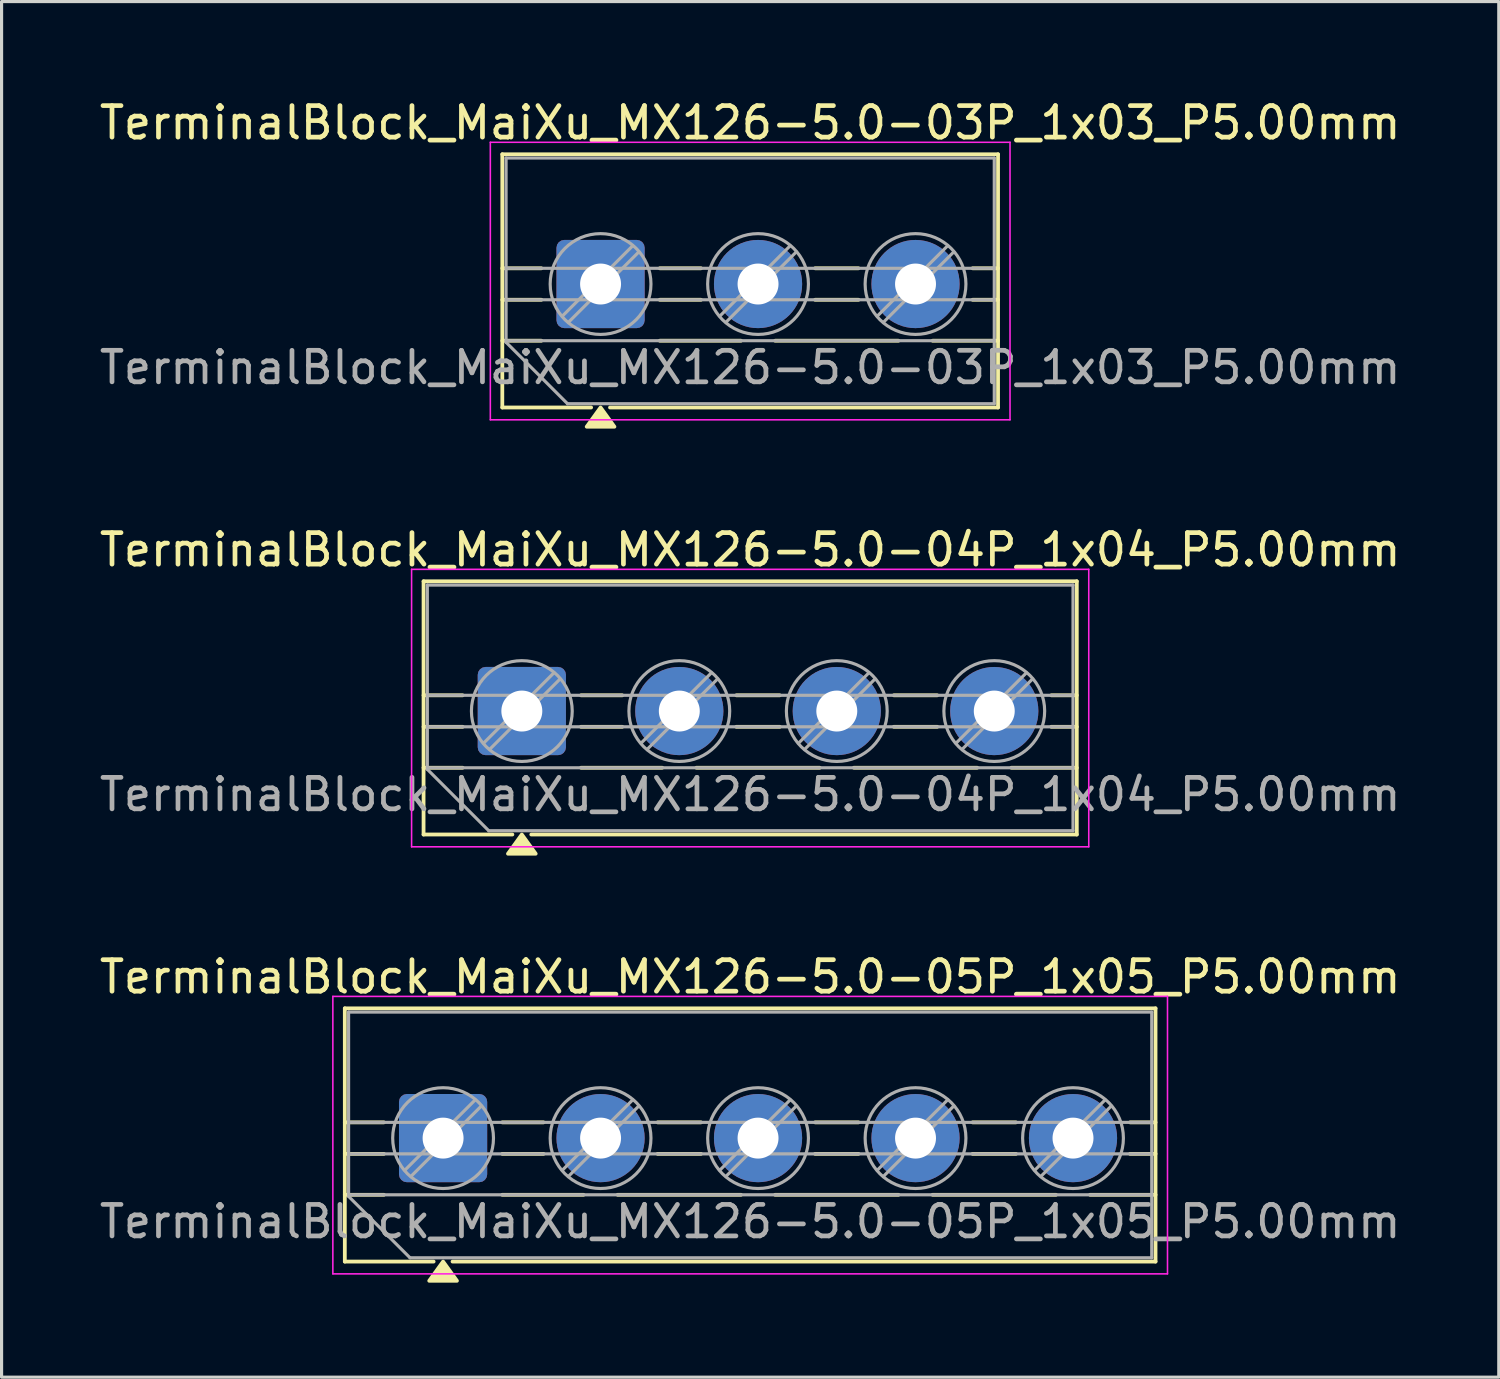
<source format=kicad_pcb>
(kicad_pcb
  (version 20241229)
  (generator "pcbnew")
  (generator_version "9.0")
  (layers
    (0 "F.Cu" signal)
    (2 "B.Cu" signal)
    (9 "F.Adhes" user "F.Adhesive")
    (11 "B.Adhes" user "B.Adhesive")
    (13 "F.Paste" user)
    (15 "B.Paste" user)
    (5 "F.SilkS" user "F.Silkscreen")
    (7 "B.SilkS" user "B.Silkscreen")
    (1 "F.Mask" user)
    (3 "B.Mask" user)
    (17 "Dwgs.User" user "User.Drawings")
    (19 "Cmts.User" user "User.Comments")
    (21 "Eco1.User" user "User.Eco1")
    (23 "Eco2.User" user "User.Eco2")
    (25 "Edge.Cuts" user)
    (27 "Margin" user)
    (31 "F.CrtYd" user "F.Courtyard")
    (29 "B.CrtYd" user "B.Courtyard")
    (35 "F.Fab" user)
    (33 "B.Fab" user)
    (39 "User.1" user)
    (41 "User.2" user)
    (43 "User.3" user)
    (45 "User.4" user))
  (footprint "TerminalBlock_MaiXu_MX126-5.0-05P_1x05_P5.00mm"
    (layer "F.Cu")
    (at 11.018 33.085)
    (property "Reference" "TerminalBlock_MaiXu_MX126-5.0-05P_1x05_P5.00mm" (at 9.75 -5.12 0) (layer "F.SilkS") (effects (font (size 1 1) (thickness 0.15))))
    (attr through_hole)
    (fp_line (start -3.12 -4.12) (end 22.62 -4.12) (stroke (width 0.12) (type solid)) (layer "F.SilkS"))
    (fp_line (start -3.12 -0.5) (end -1.88 -0.5) (stroke (width 0.12) (type solid)) (layer "F.SilkS"))
    (fp_line (start -3.12 0.5) (end -1.88 0.5) (stroke (width 0.12) (type solid)) (layer "F.SilkS"))
    (fp_line (start -3.12 1.8) (end -1.88 1.8) (stroke (width 0.12) (type solid)) (layer "F.SilkS"))
    (fp_line (start -3.12 3.92) (end -3.12 -4.12) (stroke (width 0.12) (type solid)) (layer "F.SilkS"))
    (fp_line (start -0.3 3.92) (end -3.12 3.92) (stroke (width 0.12) (type solid)) (layer "F.SilkS"))
    (fp_line (start 1.88 -0.5) (end 3.188 -0.5) (stroke (width 0.12) (type solid)) (layer "F.SilkS"))
    (fp_line (start 1.88 0.5) (end 3.188 0.5) (stroke (width 0.12) (type solid)) (layer "F.SilkS"))
    (fp_line (start 1.88 1.8) (end 4.457 1.8) (stroke (width 0.12) (type solid)) (layer "F.SilkS"))
    (fp_line (start 5.543 1.8) (end 9.457 1.8) (stroke (width 0.12) (type solid)) (layer "F.SilkS"))
    (fp_line (start 6.812 -0.5) (end 8.188 -0.5) (stroke (width 0.12) (type solid)) (layer "F.SilkS"))
    (fp_line (start 6.812 0.5) (end 8.188 0.5) (stroke (width 0.12) (type solid)) (layer "F.SilkS"))
    (fp_line (start 10.543 1.8) (end 14.457 1.8) (stroke (width 0.12) (type solid)) (layer "F.SilkS"))
    (fp_line (start 11.812 -0.5) (end 13.188 -0.5) (stroke (width 0.12) (type solid)) (layer "F.SilkS"))
    (fp_line (start 11.812 0.5) (end 13.188 0.5) (stroke (width 0.12) (type solid)) (layer "F.SilkS"))
    (fp_line (start 15.543 1.8) (end 19.457 1.8) (stroke (width 0.12) (type solid)) (layer "F.SilkS"))
    (fp_line (start 16.812 -0.5) (end 18.188 -0.5) (stroke (width 0.12) (type solid)) (layer "F.SilkS"))
    (fp_line (start 16.812 0.5) (end 18.188 0.5) (stroke (width 0.12) (type solid)) (layer "F.SilkS"))
    (fp_line (start 20.543 1.8) (end 22.62 1.8) (stroke (width 0.12) (type solid)) (layer "F.SilkS"))
    (fp_line (start 21.812 -0.5) (end 22.62 -0.5) (stroke (width 0.12) (type solid)) (layer "F.SilkS"))
    (fp_line (start 21.812 0.5) (end 22.62 0.5) (stroke (width 0.12) (type solid)) (layer "F.SilkS"))
    (fp_line (start 22.62 -4.12) (end 22.62 3.92) (stroke (width 0.12) (type solid)) (layer "F.SilkS"))
    (fp_line (start 22.62 3.92) (end 0.3 3.92) (stroke (width 0.12) (type solid)) (layer "F.SilkS"))
    (fp_poly (pts (xy 0 3.92) (xy 0.44 4.53) (xy -0.44 4.53)) (stroke (width 0.12) (type solid)) (fill yes) (layer "F.SilkS"))
    (fp_line (start -3.5 -4.5) (end -3.5 4.31) (stroke (width 0.05) (type solid)) (layer "F.CrtYd"))
    (fp_line (start -3.5 4.31) (end 23 4.31) (stroke (width 0.05) (type solid)) (layer "F.CrtYd"))
    (fp_line (start 23 -4.5) (end -3.5 -4.5) (stroke (width 0.05) (type solid)) (layer "F.CrtYd"))
    (fp_line (start 23 4.31) (end 23 -4.5) (stroke (width 0.05) (type solid)) (layer "F.CrtYd"))
    (fp_line (start -3 -4) (end 22.5 -4) (stroke (width 0.1) (type solid)) (layer "F.Fab"))
    (fp_line (start -3 -0.5) (end 22.5 -0.5) (stroke (width 0.1) (type solid)) (layer "F.Fab"))
    (fp_line (start -3 0.5) (end 22.5 0.5) (stroke (width 0.1) (type solid)) (layer "F.Fab"))
    (fp_line (start -3 1.8) (end 22.5 1.8) (stroke (width 0.1) (type solid)) (layer "F.Fab"))
    (fp_line (start -3 1.85) (end -3 -4) (stroke (width 0.1) (type solid)) (layer "F.Fab"))
    (fp_line (start -1.05 3.8) (end -3 1.85) (stroke (width 0.1) (type solid)) (layer "F.Fab"))
    (fp_line (start 1.018 -1.213) (end -1.213 1.018) (stroke (width 0.1) (type solid)) (layer "F.Fab"))
    (fp_line (start 1.213 -1.018) (end -1.018 1.213) (stroke (width 0.1) (type solid)) (layer "F.Fab"))
    (fp_line (start 6.018 -1.213) (end 3.787 1.018) (stroke (width 0.1) (type solid)) (layer "F.Fab"))
    (fp_line (start 6.213 -1.018) (end 3.982 1.213) (stroke (width 0.1) (type solid)) (layer "F.Fab"))
    (fp_line (start 11.018 -1.213) (end 8.787 1.018) (stroke (width 0.1) (type solid)) (layer "F.Fab"))
    (fp_line (start 11.213 -1.018) (end 8.982 1.213) (stroke (width 0.1) (type solid)) (layer "F.Fab"))
    (fp_line (start 16.018 -1.213) (end 13.787 1.018) (stroke (width 0.1) (type solid)) (layer "F.Fab"))
    (fp_line (start 16.213 -1.018) (end 13.982 1.213) (stroke (width 0.1) (type solid)) (layer "F.Fab"))
    (fp_line (start 21.018 -1.213) (end 18.787 1.018) (stroke (width 0.1) (type solid)) (layer "F.Fab"))
    (fp_line (start 21.213 -1.018) (end 18.982 1.213) (stroke (width 0.1) (type solid)) (layer "F.Fab"))
    (fp_line (start 22.5 -4) (end 22.5 3.8) (stroke (width 0.1) (type solid)) (layer "F.Fab"))
    (fp_line (start 22.5 3.8) (end -1.05 3.8) (stroke (width 0.1) (type solid)) (layer "F.Fab"))
    (fp_circle (center 0 0) (end 1.6 0) (stroke (width 0.1) (type solid)) (fill no) (layer "F.Fab"))
    (fp_circle (center 5 0) (end 6.6 0) (stroke (width 0.1) (type solid)) (fill no) (layer "F.Fab"))
    (fp_circle (center 10 0) (end 11.6 0) (stroke (width 0.1) (type solid)) (fill no) (layer "F.Fab"))
    (fp_circle (center 15 0) (end 16.6 0) (stroke (width 0.1) (type solid)) (fill no) (layer "F.Fab"))
    (fp_circle (center 20 0) (end 21.6 0) (stroke (width 0.1) (type solid)) (fill no) (layer "F.Fab"))
    (fp_text user "${REFERENCE}" (at 9.75 2.65 0) (layer "F.Fab") (effects (font (size 1 1) (thickness 0.15))))
    (pad "1" thru_hole roundrect (at 0 0) (size 2.8 2.8) (drill 1.3) (layers "*.Cu" "*.Mask") (roundrect_rratio 0.089))
    (pad "2" thru_hole circle (at 5 0) (size 2.8 2.8) (drill 1.3) (layers "*.Cu" "*.Mask"))
    (pad "3" thru_hole circle (at 10 0) (size 2.8 2.8) (drill 1.3) (layers "*.Cu" "*.Mask"))
    (pad "4" thru_hole circle (at 15 0) (size 2.8 2.8) (drill 1.3) (layers "*.Cu" "*.Mask"))
    (pad "5" thru_hole circle (at 20 0) (size 2.8 2.8) (drill 1.3) (layers "*.Cu" "*.Mask")))
  (footprint "TerminalBlock_MaiXu_MX126-5.0-04P_1x04_P5.00mm"
    (layer "F.Cu")
    (at 13.518 19.526)
    (property "Reference" "TerminalBlock_MaiXu_MX126-5.0-04P_1x04_P5.00mm" (at 7.25 -5.12 0) (layer "F.SilkS") (effects (font (size 1 1) (thickness 0.15))))
    (attr through_hole)
    (fp_line (start -3.12 -4.12) (end 17.62 -4.12) (stroke (width 0.12) (type solid)) (layer "F.SilkS"))
    (fp_line (start -3.12 -0.5) (end -1.88 -0.5) (stroke (width 0.12) (type solid)) (layer "F.SilkS"))
    (fp_line (start -3.12 0.5) (end -1.88 0.5) (stroke (width 0.12) (type solid)) (layer "F.SilkS"))
    (fp_line (start -3.12 1.8) (end -1.88 1.8) (stroke (width 0.12) (type solid)) (layer "F.SilkS"))
    (fp_line (start -3.12 3.92) (end -3.12 -4.12) (stroke (width 0.12) (type solid)) (layer "F.SilkS"))
    (fp_line (start -0.3 3.92) (end -3.12 3.92) (stroke (width 0.12) (type solid)) (layer "F.SilkS"))
    (fp_line (start 1.88 -0.5) (end 3.188 -0.5) (stroke (width 0.12) (type solid)) (layer "F.SilkS"))
    (fp_line (start 1.88 0.5) (end 3.188 0.5) (stroke (width 0.12) (type solid)) (layer "F.SilkS"))
    (fp_line (start 1.88 1.8) (end 4.457 1.8) (stroke (width 0.12) (type solid)) (layer "F.SilkS"))
    (fp_line (start 5.543 1.8) (end 9.457 1.8) (stroke (width 0.12) (type solid)) (layer "F.SilkS"))
    (fp_line (start 6.812 -0.5) (end 8.188 -0.5) (stroke (width 0.12) (type solid)) (layer "F.SilkS"))
    (fp_line (start 6.812 0.5) (end 8.188 0.5) (stroke (width 0.12) (type solid)) (layer "F.SilkS"))
    (fp_line (start 10.543 1.8) (end 14.457 1.8) (stroke (width 0.12) (type solid)) (layer "F.SilkS"))
    (fp_line (start 11.812 -0.5) (end 13.188 -0.5) (stroke (width 0.12) (type solid)) (layer "F.SilkS"))
    (fp_line (start 11.812 0.5) (end 13.188 0.5) (stroke (width 0.12) (type solid)) (layer "F.SilkS"))
    (fp_line (start 15.543 1.8) (end 17.62 1.8) (stroke (width 0.12) (type solid)) (layer "F.SilkS"))
    (fp_line (start 16.812 -0.5) (end 17.62 -0.5) (stroke (width 0.12) (type solid)) (layer "F.SilkS"))
    (fp_line (start 16.812 0.5) (end 17.62 0.5) (stroke (width 0.12) (type solid)) (layer "F.SilkS"))
    (fp_line (start 17.62 -4.12) (end 17.62 3.92) (stroke (width 0.12) (type solid)) (layer "F.SilkS"))
    (fp_line (start 17.62 3.92) (end 0.3 3.92) (stroke (width 0.12) (type solid)) (layer "F.SilkS"))
    (fp_poly (pts (xy 0 3.92) (xy 0.44 4.53) (xy -0.44 4.53)) (stroke (width 0.12) (type solid)) (fill yes) (layer "F.SilkS"))
    (fp_line (start -3.5 -4.5) (end -3.5 4.31) (stroke (width 0.05) (type solid)) (layer "F.CrtYd"))
    (fp_line (start -3.5 4.31) (end 18 4.31) (stroke (width 0.05) (type solid)) (layer "F.CrtYd"))
    (fp_line (start 18 -4.5) (end -3.5 -4.5) (stroke (width 0.05) (type solid)) (layer "F.CrtYd"))
    (fp_line (start 18 4.31) (end 18 -4.5) (stroke (width 0.05) (type solid)) (layer "F.CrtYd"))
    (fp_line (start -3 -4) (end 17.5 -4) (stroke (width 0.1) (type solid)) (layer "F.Fab"))
    (fp_line (start -3 -0.5) (end 17.5 -0.5) (stroke (width 0.1) (type solid)) (layer "F.Fab"))
    (fp_line (start -3 0.5) (end 17.5 0.5) (stroke (width 0.1) (type solid)) (layer "F.Fab"))
    (fp_line (start -3 1.8) (end 17.5 1.8) (stroke (width 0.1) (type solid)) (layer "F.Fab"))
    (fp_line (start -3 1.85) (end -3 -4) (stroke (width 0.1) (type solid)) (layer "F.Fab"))
    (fp_line (start -1.05 3.8) (end -3 1.85) (stroke (width 0.1) (type solid)) (layer "F.Fab"))
    (fp_line (start 1.018 -1.213) (end -1.213 1.018) (stroke (width 0.1) (type solid)) (layer "F.Fab"))
    (fp_line (start 1.213 -1.018) (end -1.018 1.213) (stroke (width 0.1) (type solid)) (layer "F.Fab"))
    (fp_line (start 6.018 -1.213) (end 3.787 1.018) (stroke (width 0.1) (type solid)) (layer "F.Fab"))
    (fp_line (start 6.213 -1.018) (end 3.982 1.213) (stroke (width 0.1) (type solid)) (layer "F.Fab"))
    (fp_line (start 11.018 -1.213) (end 8.787 1.018) (stroke (width 0.1) (type solid)) (layer "F.Fab"))
    (fp_line (start 11.213 -1.018) (end 8.982 1.213) (stroke (width 0.1) (type solid)) (layer "F.Fab"))
    (fp_line (start 16.018 -1.213) (end 13.787 1.018) (stroke (width 0.1) (type solid)) (layer "F.Fab"))
    (fp_line (start 16.213 -1.018) (end 13.982 1.213) (stroke (width 0.1) (type solid)) (layer "F.Fab"))
    (fp_line (start 17.5 -4) (end 17.5 3.8) (stroke (width 0.1) (type solid)) (layer "F.Fab"))
    (fp_line (start 17.5 3.8) (end -1.05 3.8) (stroke (width 0.1) (type solid)) (layer "F.Fab"))
    (fp_circle (center 0 0) (end 1.6 0) (stroke (width 0.1) (type solid)) (fill no) (layer "F.Fab"))
    (fp_circle (center 5 0) (end 6.6 0) (stroke (width 0.1) (type solid)) (fill no) (layer "F.Fab"))
    (fp_circle (center 10 0) (end 11.6 0) (stroke (width 0.1) (type solid)) (fill no) (layer "F.Fab"))
    (fp_circle (center 15 0) (end 16.6 0) (stroke (width 0.1) (type solid)) (fill no) (layer "F.Fab"))
    (fp_text user "${REFERENCE}" (at 7.25 2.65 0) (layer "F.Fab") (effects (font (size 1 1) (thickness 0.15))))
    (pad "1" thru_hole roundrect (at 0 0) (size 2.8 2.8) (drill 1.3) (layers "*.Cu" "*.Mask") (roundrect_rratio 0.089))
    (pad "2" thru_hole circle (at 5 0) (size 2.8 2.8) (drill 1.3) (layers "*.Cu" "*.Mask"))
    (pad "3" thru_hole circle (at 10 0) (size 2.8 2.8) (drill 1.3) (layers "*.Cu" "*.Mask"))
    (pad "4" thru_hole circle (at 15 0) (size 2.8 2.8) (drill 1.3) (layers "*.Cu" "*.Mask")))
  (footprint "TerminalBlock_MaiXu_MX126-5.0-03P_1x03_P5.00mm"
    (layer "F.Cu")
    (at 16.018 5.968)
    (property "Reference" "TerminalBlock_MaiXu_MX126-5.0-03P_1x03_P5.00mm" (at 4.75 -5.12 0) (layer "F.SilkS") (effects (font (size 1 1) (thickness 0.15))))
    (attr through_hole)
    (fp_line (start -3.12 -4.12) (end 12.62 -4.12) (stroke (width 0.12) (type solid)) (layer "F.SilkS"))
    (fp_line (start -3.12 -0.5) (end -1.88 -0.5) (stroke (width 0.12) (type solid)) (layer "F.SilkS"))
    (fp_line (start -3.12 0.5) (end -1.88 0.5) (stroke (width 0.12) (type solid)) (layer "F.SilkS"))
    (fp_line (start -3.12 1.8) (end -1.88 1.8) (stroke (width 0.12) (type solid)) (layer "F.SilkS"))
    (fp_line (start -3.12 3.92) (end -3.12 -4.12) (stroke (width 0.12) (type solid)) (layer "F.SilkS"))
    (fp_line (start -0.3 3.92) (end -3.12 3.92) (stroke (width 0.12) (type solid)) (layer "F.SilkS"))
    (fp_line (start 1.88 -0.5) (end 3.188 -0.5) (stroke (width 0.12) (type solid)) (layer "F.SilkS"))
    (fp_line (start 1.88 0.5) (end 3.188 0.5) (stroke (width 0.12) (type solid)) (layer "F.SilkS"))
    (fp_line (start 1.88 1.8) (end 4.457 1.8) (stroke (width 0.12) (type solid)) (layer "F.SilkS"))
    (fp_line (start 5.543 1.8) (end 9.457 1.8) (stroke (width 0.12) (type solid)) (layer "F.SilkS"))
    (fp_line (start 6.812 -0.5) (end 8.188 -0.5) (stroke (width 0.12) (type solid)) (layer "F.SilkS"))
    (fp_line (start 6.812 0.5) (end 8.188 0.5) (stroke (width 0.12) (type solid)) (layer "F.SilkS"))
    (fp_line (start 10.543 1.8) (end 12.62 1.8) (stroke (width 0.12) (type solid)) (layer "F.SilkS"))
    (fp_line (start 11.812 -0.5) (end 12.62 -0.5) (stroke (width 0.12) (type solid)) (layer "F.SilkS"))
    (fp_line (start 11.812 0.5) (end 12.62 0.5) (stroke (width 0.12) (type solid)) (layer "F.SilkS"))
    (fp_line (start 12.62 -4.12) (end 12.62 3.92) (stroke (width 0.12) (type solid)) (layer "F.SilkS"))
    (fp_line (start 12.62 3.92) (end 0.3 3.92) (stroke (width 0.12) (type solid)) (layer "F.SilkS"))
    (fp_poly (pts (xy 0 3.92) (xy 0.44 4.53) (xy -0.44 4.53)) (stroke (width 0.12) (type solid)) (fill yes) (layer "F.SilkS"))
    (fp_line (start -3.5 -4.5) (end -3.5 4.31) (stroke (width 0.05) (type solid)) (layer "F.CrtYd"))
    (fp_line (start -3.5 4.31) (end 13 4.31) (stroke (width 0.05) (type solid)) (layer "F.CrtYd"))
    (fp_line (start 13 -4.5) (end -3.5 -4.5) (stroke (width 0.05) (type solid)) (layer "F.CrtYd"))
    (fp_line (start 13 4.31) (end 13 -4.5) (stroke (width 0.05) (type solid)) (layer "F.CrtYd"))
    (fp_line (start -3 -4) (end 12.5 -4) (stroke (width 0.1) (type solid)) (layer "F.Fab"))
    (fp_line (start -3 -0.5) (end 12.5 -0.5) (stroke (width 0.1) (type solid)) (layer "F.Fab"))
    (fp_line (start -3 0.5) (end 12.5 0.5) (stroke (width 0.1) (type solid)) (layer "F.Fab"))
    (fp_line (start -3 1.8) (end 12.5 1.8) (stroke (width 0.1) (type solid)) (layer "F.Fab"))
    (fp_line (start -3 1.85) (end -3 -4) (stroke (width 0.1) (type solid)) (layer "F.Fab"))
    (fp_line (start -1.05 3.8) (end -3 1.85) (stroke (width 0.1) (type solid)) (layer "F.Fab"))
    (fp_line (start 1.018 -1.213) (end -1.213 1.018) (stroke (width 0.1) (type solid)) (layer "F.Fab"))
    (fp_line (start 1.213 -1.018) (end -1.018 1.213) (stroke (width 0.1) (type solid)) (layer "F.Fab"))
    (fp_line (start 6.018 -1.213) (end 3.787 1.018) (stroke (width 0.1) (type solid)) (layer "F.Fab"))
    (fp_line (start 6.213 -1.018) (end 3.982 1.213) (stroke (width 0.1) (type solid)) (layer "F.Fab"))
    (fp_line (start 11.018 -1.213) (end 8.787 1.018) (stroke (width 0.1) (type solid)) (layer "F.Fab"))
    (fp_line (start 11.213 -1.018) (end 8.982 1.213) (stroke (width 0.1) (type solid)) (layer "F.Fab"))
    (fp_line (start 12.5 -4) (end 12.5 3.8) (stroke (width 0.1) (type solid)) (layer "F.Fab"))
    (fp_line (start 12.5 3.8) (end -1.05 3.8) (stroke (width 0.1) (type solid)) (layer "F.Fab"))
    (fp_circle (center 0 0) (end 1.6 0) (stroke (width 0.1) (type solid)) (fill no) (layer "F.Fab"))
    (fp_circle (center 5 0) (end 6.6 0) (stroke (width 0.1) (type solid)) (fill no) (layer "F.Fab"))
    (fp_circle (center 10 0) (end 11.6 0) (stroke (width 0.1) (type solid)) (fill no) (layer "F.Fab"))
    (fp_text user "${REFERENCE}" (at 4.75 2.65 0) (layer "F.Fab") (effects (font (size 1 1) (thickness 0.15))))
    (pad "1" thru_hole roundrect (at 0 0) (size 2.8 2.8) (drill 1.3) (layers "*.Cu" "*.Mask") (roundrect_rratio 0.089))
    (pad "2" thru_hole circle (at 5 0) (size 2.8 2.8) (drill 1.3) (layers "*.Cu" "*.Mask"))
    (pad "3" thru_hole circle (at 10 0) (size 2.8 2.8) (drill 1.3) (layers "*.Cu" "*.Mask")))
  (gr_rect
    (start -3 -3)
    (end 44.536 40.675)
    (stroke (width 0.1) (type default))
    (fill no)
    (layer "Edge.Cuts")))
</source>
